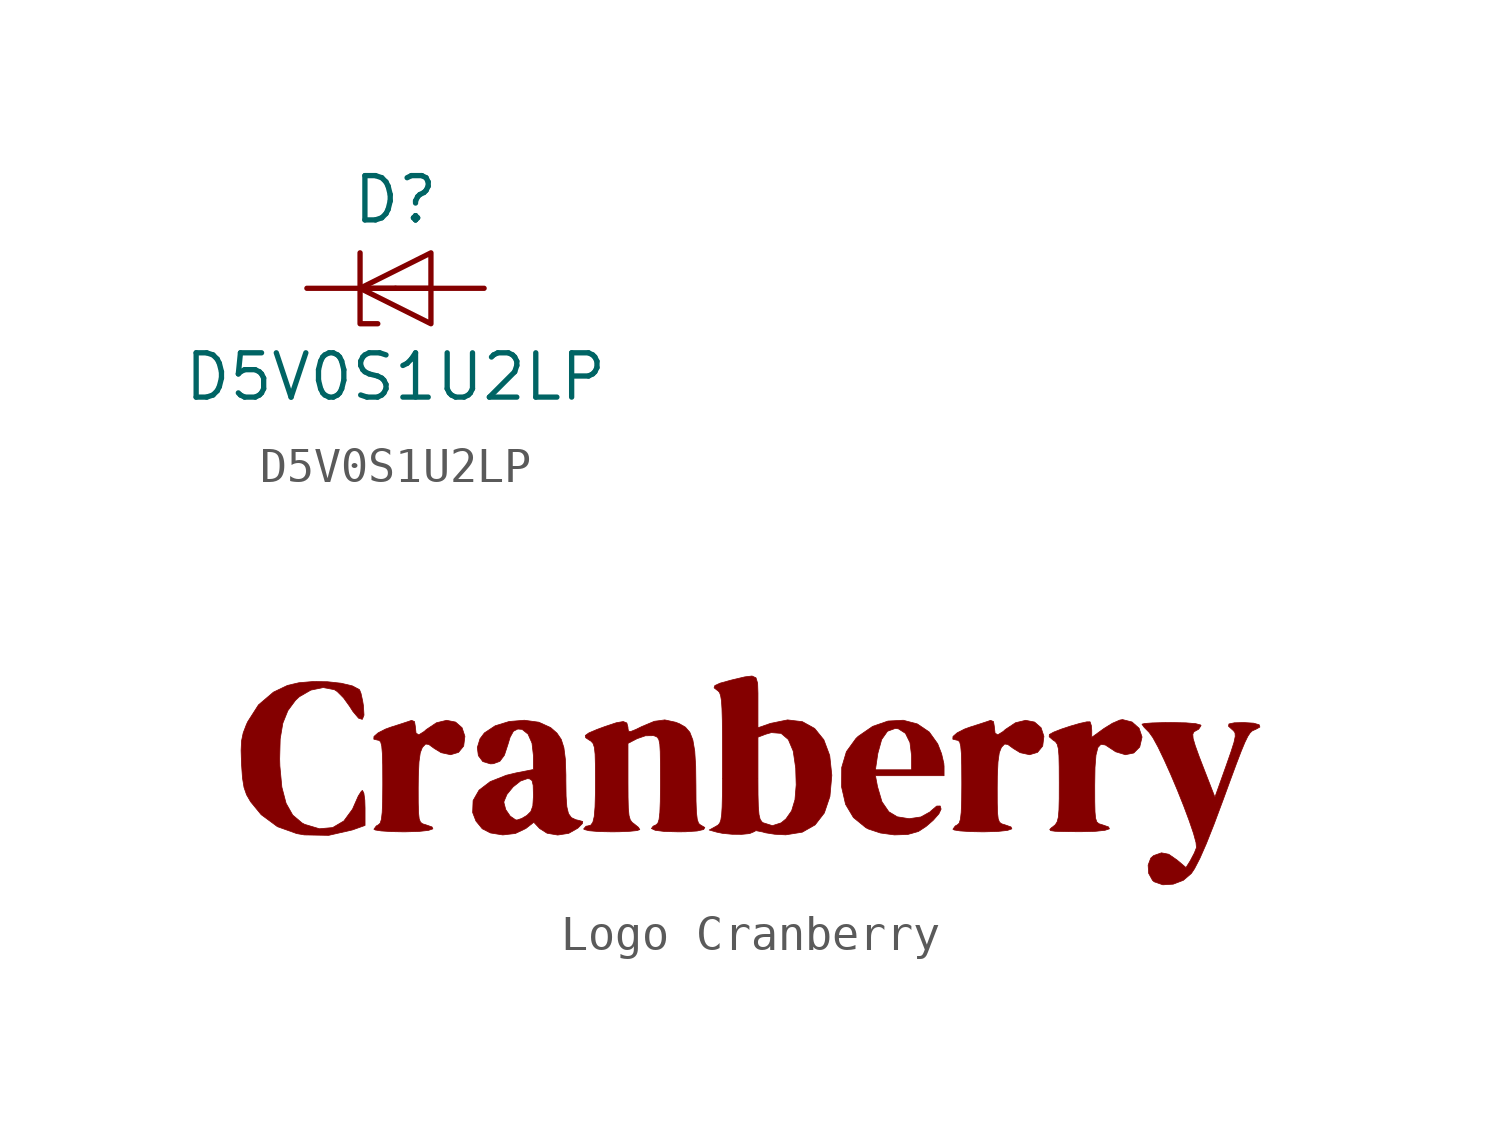
<source format=kicad_sym>
(kicad_symbol_lib
  (version 20231120)
  (generator "kicad_symbol_editor")
  (generator_version "8.0")
  (symbol "D5V0S1U2LP"
    (pin_numbers hide)
    (pin_names hide)
    (property "Reference" "D"
      (at 0 2.54 0)
      (effects (font (size 1.27 1.27))))
    (property "Value" "D5V0S1U2LP"
      (at 0 -2.54 0)
      (effects (font (size 1.27 1.27))))
    (symbol "D5V0S1U2LP_0_1"
      (polyline (pts (xy -1.016 0) (xy 1.016 0)) (stroke (width 0) (type default)) (fill (type none)))
      (polyline (pts (xy -1.016 1.016) (xy -1.016 -1.016) (xy -0.508 -1.016)) (stroke (width 0) (type default)) (fill (type none)))
      (polyline (pts (xy 1.016 1.016) (xy -1.016 0) (xy 1.016 -1.016) (xy 1.016 1.016)) (stroke (width 0) (type default)) (fill (type none))))
    (symbol "D5V0S1U2LP_1_1"
      (pin passive line (at -2.54 0 0) (length 2.54) (name "K1" (effects (font (size 1.27 1.27)))) (number "1" (effects (font (size 1.27 1.27)))))
      (pin passive line (at 2.54 0 180) (length 2.54) (name "A" (effects (font (size 1.27 1.27)))) (number "2" (effects (font (size 1.27 1.27)))))))
  (symbol "Logo Cranberry"
    (pin_names
      (offset 1.016))
    (property "Reference" "#G"
      (at 0 3.598 0)
      (effects (font (size 1.27 1.27)) (hide yes)))
    (symbol "Logo Cranberry_0_0"
      (polyline (pts (xy 4.551 -1.768) (xy 4.853 -1.683) (xy 5.069 -1.542) (xy 5.28 -1.359) (xy 5.44 -1.177) (xy 5.503 -1.042) (xy 5.478 -0.952) (xy 5.376 -0.955) (xy 5.215 -1.092) (xy 5.185 -1.122) (xy 4.923 -1.267) (xy 4.588 -1.317) (xy 4.246 -1.262) (xy 4.006 -1.118) (xy 3.808 -0.831) (xy 3.681 -0.399) (xy 3.622 -0.085) (xy 4.605 -0.085) (xy 5.588 -0.085) (xy 5.588 0.185) (xy 5.581 0.271) (xy 5.517 0.545) (xy 5.406 0.83) (xy 5.163 1.169) (xy 4.821 1.4) (xy 4.418 1.505) (xy 3.981 1.482) (xy 3.542 1.33) (xy 3.127 1.044) (xy 3.063 0.983) (xy 2.789 0.605) (xy 2.654 0.15) (xy 2.654 0.085) (xy 3.621 0.085) (xy 3.68 0.487) (xy 3.691 0.558) (xy 3.8 0.952) (xy 3.967 1.19) (xy 4.188 1.27) (xy 4.278 1.26) (xy 4.481 1.13) (xy 4.611 0.866) (xy 4.657 0.489) (xy 4.657 0.085) (xy 4.139 0.085) (xy 3.621 0.085) (xy 2.654 0.085) (xy 2.651 -0.399) (xy 2.653 -0.415) (xy 2.765 -0.905) (xy 2.99 -1.283) (xy 3.344 -1.573) (xy 3.418 -1.612) (xy 3.765 -1.727) (xy 4.165 -1.781) (xy 4.551 -1.768)) (stroke (width 0.01) (type default)) (fill (type outline)))
      (polyline (pts (xy -9.858 -1.693) (xy -9.458 -1.681) (xy -9.19 -1.652) (xy -9.063 -1.608) (xy -9.087 -1.553) (xy -9.271 -1.489) (xy -9.355 -1.464) (xy -9.417 -1.418) (xy -9.455 -1.322) (xy -9.474 -1.146) (xy -9.482 -0.862) (xy -9.483 -0.438) (xy -9.479 -0.089) (xy -9.461 0.311) (xy -9.424 0.574) (xy -9.367 0.719) (xy -9.351 0.74) (xy -9.269 0.824) (xy -9.178 0.81) (xy -9.017 0.692) (xy -8.826 0.576) (xy -8.554 0.517) (xy -8.328 0.584) (xy -8.18 0.765) (xy -8.145 1.045) (xy -8.226 1.29) (xy -8.413 1.453) (xy -8.669 1.503) (xy -8.96 1.433) (xy -9.251 1.239) (xy -9.313 1.183) (xy -9.466 1.087) (xy -9.545 1.136) (xy -9.567 1.335) (xy -9.589 1.467) (xy -9.673 1.502) (xy -9.767 1.469) (xy -9.987 1.397) (xy -10.266 1.308) (xy -10.418 1.253) (xy -10.632 1.144) (xy -10.751 1.04) (xy -10.756 0.962) (xy -10.626 0.931) (xy -10.605 0.929) (xy -10.56 0.885) (xy -10.529 0.768) (xy -10.511 0.556) (xy -10.501 0.222) (xy -10.499 -0.257) (xy -10.499 -0.36) (xy -10.503 -0.816) (xy -10.515 -1.132) (xy -10.538 -1.334) (xy -10.574 -1.446) (xy -10.626 -1.493) (xy -10.685 -1.525) (xy -10.753 -1.618) (xy -10.716 -1.64) (xy -10.543 -1.667) (xy -10.261 -1.686) (xy -9.906 -1.693) (xy -9.858 -1.693)) (stroke (width 0.01) (type default)) (fill (type outline)))
      (polyline (pts (xy 6.737 -1.693) (xy 7.137 -1.681) (xy 7.405 -1.652) (xy 7.531 -1.608) (xy 7.507 -1.553) (xy 7.324 -1.489) (xy 7.24 -1.464) (xy 7.178 -1.418) (xy 7.14 -1.322) (xy 7.12 -1.146) (xy 7.113 -0.862) (xy 7.112 -0.438) (xy 7.115 -0.089) (xy 7.134 0.311) (xy 7.171 0.574) (xy 7.228 0.719) (xy 7.243 0.74) (xy 7.325 0.824) (xy 7.417 0.81) (xy 7.578 0.692) (xy 7.768 0.576) (xy 8.04 0.517) (xy 8.267 0.584) (xy 8.415 0.765) (xy 8.45 1.045) (xy 8.369 1.29) (xy 8.182 1.453) (xy 7.926 1.503) (xy 7.635 1.433) (xy 7.343 1.239) (xy 7.282 1.183) (xy 7.128 1.087) (xy 7.05 1.136) (xy 7.027 1.335) (xy 7.005 1.467) (xy 6.921 1.502) (xy 6.828 1.469) (xy 6.607 1.397) (xy 6.329 1.308) (xy 6.176 1.253) (xy 5.963 1.144) (xy 5.844 1.04) (xy 5.839 0.962) (xy 5.969 0.931) (xy 5.989 0.929) (xy 6.035 0.885) (xy 6.065 0.768) (xy 6.084 0.556) (xy 6.093 0.222) (xy 6.096 -0.257) (xy 6.096 -0.36) (xy 6.092 -0.816) (xy 6.08 -1.132) (xy 6.057 -1.334) (xy 6.021 -1.446) (xy 5.969 -1.493) (xy 5.909 -1.525) (xy 5.842 -1.618) (xy 5.879 -1.64) (xy 6.051 -1.667) (xy 6.333 -1.686) (xy 6.689 -1.693) (xy 6.737 -1.693)) (stroke (width 0.01) (type default)) (fill (type outline)))
      (polyline (pts (xy 9.931 -1.678) (xy 10.2 -1.649) (xy 10.327 -1.607) (xy 10.303 -1.553) (xy 10.118 -1.489) (xy 10.109 -1.487) (xy 10.024 -1.46) (xy 9.966 -1.409) (xy 9.931 -1.306) (xy 9.914 -1.121) (xy 9.907 -0.826) (xy 9.906 -0.39) (xy 9.906 -0.357) (xy 9.914 0.152) (xy 9.942 0.506) (xy 9.997 0.723) (xy 10.083 0.815) (xy 10.209 0.797) (xy 10.38 0.685) (xy 10.507 0.601) (xy 10.785 0.517) (xy 11.027 0.567) (xy 11.196 0.738) (xy 11.261 1.017) (xy 11.261 1.03) (xy 11.178 1.276) (xy 10.976 1.455) (xy 10.704 1.524) (xy 10.625 1.51) (xy 10.412 1.418) (xy 10.173 1.27) (xy 9.821 1.015) (xy 9.821 1.213) (xy 9.811 1.345) (xy 9.773 1.46) (xy 9.678 1.459) (xy 9.475 1.414) (xy 9.216 1.339) (xy 8.95 1.251) (xy 8.73 1.165) (xy 8.606 1.097) (xy 8.602 1.031) (xy 8.712 0.936) (xy 8.779 0.892) (xy 8.83 0.82) (xy 8.863 0.695) (xy 8.881 0.488) (xy 8.888 0.17) (xy 8.89 -0.289) (xy 8.889 -0.747) (xy 8.881 -1.066) (xy 8.863 -1.276) (xy 8.829 -1.407) (xy 8.777 -1.489) (xy 8.7 -1.552) (xy 8.668 -1.574) (xy 8.617 -1.625) (xy 8.643 -1.658) (xy 8.771 -1.677) (xy 9.022 -1.685) (xy 9.419 -1.689) (xy 9.528 -1.689) (xy 9.931 -1.678)) (stroke (width 0.01) (type default)) (fill (type outline)))
      (polyline (pts (xy -11.367 -1.638) (xy -11.007 -1.51) (xy -11.007 -1.009) (xy -11.014 -0.784) (xy -11.041 -0.585) (xy -11.08 -0.508) (xy -11.112 -0.529) (xy -11.2 -0.666) (xy -11.298 -0.888) (xy -11.366 -1.043) (xy -11.615 -1.382) (xy -11.935 -1.571) (xy -12.314 -1.605) (xy -12.737 -1.479) (xy -12.812 -1.439) (xy -13.08 -1.212) (xy -13.27 -0.875) (xy -13.391 -0.412) (xy -13.448 0.194) (xy -13.454 0.395) (xy -13.439 0.969) (xy -13.363 1.421) (xy -13.219 1.78) (xy -13.001 2.075) (xy -12.89 2.179) (xy -12.56 2.369) (xy -12.208 2.442) (xy -11.888 2.382) (xy -11.805 2.329) (xy -11.623 2.146) (xy -11.45 1.906) (xy -11.352 1.753) (xy -11.192 1.564) (xy -11.085 1.53) (xy -11.037 1.651) (xy -11.054 1.926) (xy -11.075 2.056) (xy -11.122 2.272) (xy -11.165 2.38) (xy -11.165 2.381) (xy -11.368 2.489) (xy -11.691 2.566) (xy -12.085 2.609) (xy -12.505 2.614) (xy -12.902 2.58) (xy -13.229 2.504) (xy -13.632 2.311) (xy -14.061 1.946) (xy -14.371 1.461) (xy -14.409 1.378) (xy -14.499 1.142) (xy -14.546 0.915) (xy -14.559 0.639) (xy -14.547 0.254) (xy -14.546 0.233) (xy -14.519 -0.152) (xy -14.475 -0.423) (xy -14.402 -0.632) (xy -14.286 -0.832) (xy -13.984 -1.201) (xy -13.518 -1.545) (xy -12.966 -1.743) (xy -12.748 -1.781) (xy -12.05 -1.794) (xy -11.367 -1.638)) (stroke (width 0.01) (type default)) (fill (type outline)))
      (polyline (pts (xy 12.155 -3.193) (xy 12.447 -3.082) (xy 12.676 -2.886) (xy 12.767 -2.749) (xy 12.92 -2.454) (xy 13.105 -2.033) (xy 13.327 -1.473) (xy 13.592 -0.762) (xy 13.787 -0.228) (xy 13.966 0.256) (xy 14.104 0.616) (xy 14.21 0.871) (xy 14.293 1.041) (xy 14.361 1.144) (xy 14.422 1.201) (xy 14.486 1.23) (xy 14.507 1.237) (xy 14.64 1.31) (xy 14.62 1.375) (xy 14.462 1.421) (xy 14.182 1.439) (xy 13.909 1.432) (xy 13.753 1.399) (xy 13.74 1.334) (xy 13.858 1.227) (xy 13.882 1.208) (xy 13.927 1.145) (xy 13.934 1.044) (xy 13.899 0.875) (xy 13.814 0.607) (xy 13.676 0.211) (xy 13.351 -0.7) (xy 13.026 0.137) (xy 12.899 0.466) (xy 12.786 0.78) (xy 12.726 0.984) (xy 12.717 1.107) (xy 12.752 1.175) (xy 12.827 1.216) (xy 12.886 1.249) (xy 12.954 1.352) (xy 12.942 1.369) (xy 12.801 1.407) (xy 12.517 1.431) (xy 12.107 1.439) (xy 11.861 1.437) (xy 11.552 1.428) (xy 11.339 1.412) (xy 11.261 1.393) (xy 11.261 1.39) (xy 11.324 1.301) (xy 11.463 1.16) (xy 11.465 1.158) (xy 11.573 1.007) (xy 11.722 0.735) (xy 11.896 0.372) (xy 12.086 -0.051) (xy 12.277 -0.503) (xy 12.457 -0.954) (xy 12.614 -1.375) (xy 12.736 -1.733) (xy 12.809 -2) (xy 12.822 -2.145) (xy 12.761 -2.3) (xy 12.644 -2.523) (xy 12.522 -2.717) (xy 12.266 -2.501) (xy 12.028 -2.336) (xy 11.819 -2.295) (xy 11.594 -2.374) (xy 11.513 -2.445) (xy 11.437 -2.647) (xy 11.452 -2.883) (xy 11.563 -3.084) (xy 11.611 -3.125) (xy 11.857 -3.211) (xy 12.155 -3.193)) (stroke (width 0.01) (type default)) (fill (type outline)))
      (polyline (pts (xy 1.057 -1.778) (xy 1.525 -1.703) (xy 1.893 -1.494) (xy 2.157 -1.152) (xy 2.317 -0.679) (xy 2.371 -0.078) (xy 2.371 -0.068) (xy 2.311 0.495) (xy 2.143 0.944) (xy 1.879 1.27) (xy 1.528 1.464) (xy 1.103 1.515) (xy 0.614 1.415) (xy 0.254 1.29) (xy 0.254 2.042) (xy 0.254 2.28) (xy 0.245 2.565) (xy 0.198 2.721) (xy 0.085 2.773) (xy -0.122 2.748) (xy -0.453 2.67) (xy -0.526 2.652) (xy -0.828 2.569) (xy -0.981 2.5) (xy -1.003 2.434) (xy -0.909 2.36) (xy -0.896 2.352) (xy -0.85 2.304) (xy -0.817 2.216) (xy -0.792 2.067) (xy -0.777 1.834) (xy -0.767 1.497) (xy -0.763 1.033) (xy -0.762 0.422) (xy -0.762 0.405) (xy -0.762 -0.163) (xy 0.254 -0.163) (xy 0.254 1.02) (xy 0.477 1.105) (xy 0.639 1.151) (xy 0.917 1.129) (xy 1.125 0.952) (xy 1.265 0.62) (xy 1.336 0.134) (xy 1.35 -0.346) (xy 1.315 -0.774) (xy 1.219 -1.091) (xy 1.057 -1.322) (xy 0.919 -1.436) (xy 0.669 -1.516) (xy 0.402 -1.433) (xy 0.365 -1.405) (xy 0.316 -1.33) (xy 0.284 -1.196) (xy 0.265 -0.975) (xy 0.256 -0.64) (xy 0.254 -0.163) (xy -0.762 -0.163) (xy -0.762 -0.197) (xy -0.765 -0.652) (xy -0.773 -0.982) (xy -0.787 -1.21) (xy -0.81 -1.357) (xy -0.843 -1.446) (xy -0.89 -1.499) (xy -0.953 -1.537) (xy -1.143 -1.641) (xy -0.931 -1.701) (xy -0.763 -1.736) (xy -0.486 -1.763) (xy -0.208 -1.765) (xy 0.014 -1.743) (xy 0.125 -1.697) (xy 0.196 -1.659) (xy 0.39 -1.697) (xy 0.473 -1.721) (xy 0.734 -1.762) (xy 1.033 -1.778) (xy 1.057 -1.778)) (stroke (width 0.01) (type default)) (fill (type outline)))
      (polyline (pts (xy -5.169 -1.736) (xy -4.908 -1.588) (xy -4.906 -1.586) (xy -4.777 -1.457) (xy -4.768 -1.397) (xy -4.871 -1.367) (xy -4.965 -1.346) (xy -5.093 -1.286) (xy -5.176 -1.172) (xy -5.223 -0.977) (xy -5.245 -0.67) (xy -5.251 -0.222) (xy -5.251 -0.064) (xy -5.266 0.39) (xy -5.308 0.72) (xy -5.384 0.957) (xy -5.507 1.137) (xy -5.684 1.292) (xy -5.691 1.297) (xy -6.027 1.449) (xy -6.441 1.505) (xy -6.877 1.469) (xy -7.278 1.346) (xy -7.587 1.141) (xy -7.712 0.974) (xy -7.789 0.723) (xy -7.759 0.491) (xy -7.631 0.32) (xy -7.413 0.255) (xy -7.326 0.26) (xy -7.142 0.329) (xy -7.013 0.502) (xy -6.911 0.813) (xy -6.849 1.018) (xy -6.754 1.19) (xy -6.628 1.254) (xy -6.505 1.243) (xy -6.335 1.107) (xy -6.222 0.849) (xy -6.181 0.493) (xy -6.181 0.093) (xy -6.682 -0.005) (xy -6.96 -0.072) (xy -7.421 -0.255) (xy -7.74 -0.499) (xy -7.91 -0.796) (xy -7.912 -0.855) (xy -7.027 -0.855) (xy -7.025 -0.825) (xy -6.939 -0.619) (xy -6.763 -0.405) (xy -6.551 -0.237) (xy -6.356 -0.169) (xy -6.292 -0.174) (xy -6.22 -0.225) (xy -6.188 -0.363) (xy -6.181 -0.63) (xy -6.181 -0.68) (xy -6.198 -0.949) (xy -6.255 -1.111) (xy -6.369 -1.223) (xy -6.516 -1.31) (xy -6.652 -1.355) (xy -6.692 -1.349) (xy -6.845 -1.244) (xy -6.974 -1.057) (xy -7.027 -0.855) (xy -7.912 -0.855) (xy -7.923 -1.139) (xy -7.829 -1.383) (xy -7.648 -1.605) (xy -7.414 -1.725) (xy -7.059 -1.782) (xy -6.697 -1.74) (xy -6.399 -1.598) (xy -6.17 -1.419) (xy -6.003 -1.598) (xy -5.79 -1.733) (xy -5.485 -1.785) (xy -5.169 -1.736)) (stroke (width 0.01) (type default)) (fill (type outline)))
      (polyline (pts (xy -1.821 -1.691) (xy -1.489 -1.669) (xy -1.302 -1.627) (xy -1.269 -1.568) (xy -1.397 -1.493) (xy -1.447 -1.45) (xy -1.485 -1.339) (xy -1.509 -1.137) (xy -1.521 -0.817) (xy -1.524 -0.354) (xy -1.531 0.185) (xy -1.558 0.623) (xy -1.612 0.94) (xy -1.698 1.16) (xy -1.825 1.307) (xy -1.998 1.406) (xy -2.109 1.449) (xy -2.416 1.515) (xy -2.716 1.475) (xy -3.076 1.324) (xy -3.242 1.242) (xy -3.394 1.181) (xy -3.458 1.194) (xy -3.471 1.276) (xy -3.472 1.308) (xy -3.504 1.427) (xy -3.606 1.468) (xy -3.804 1.434) (xy -4.128 1.326) (xy -4.359 1.241) (xy -4.592 1.142) (xy -4.695 1.069) (xy -4.684 1.005) (xy -4.579 0.935) (xy -4.529 0.904) (xy -4.471 0.839) (xy -4.434 0.725) (xy -4.413 0.533) (xy -4.405 0.232) (xy -4.403 -0.208) (xy -4.404 -0.579) (xy -4.415 -0.981) (xy -4.438 -1.253) (xy -4.478 -1.419) (xy -4.538 -1.502) (xy -4.623 -1.524) (xy -4.673 -1.532) (xy -4.741 -1.609) (xy -4.729 -1.625) (xy -4.589 -1.661) (xy -4.316 -1.685) (xy -3.937 -1.693) (xy -3.729 -1.691) (xy -3.422 -1.678) (xy -3.211 -1.657) (xy -3.133 -1.629) (xy -3.17 -1.565) (xy -3.302 -1.459) (xy -3.351 -1.423) (xy -3.405 -1.35) (xy -3.441 -1.226) (xy -3.461 -1.022) (xy -3.469 -0.709) (xy -3.471 -0.255) (xy -3.471 0.842) (xy -3.208 0.978) (xy -2.971 1.06) (xy -2.743 1.064) (xy -2.694 1.05) (xy -2.629 1.018) (xy -2.586 0.949) (xy -2.559 0.818) (xy -2.546 0.598) (xy -2.541 0.263) (xy -2.54 -0.216) (xy -2.54 -0.378) (xy -2.545 -0.827) (xy -2.557 -1.138) (xy -2.58 -1.337) (xy -2.616 -1.447) (xy -2.667 -1.493) (xy -2.75 -1.531) (xy -2.799 -1.598) (xy -2.69 -1.649) (xy -2.432 -1.682) (xy -2.032 -1.693) (xy -1.821 -1.691)) (stroke (width 0.01) (type default)) (fill (type outline))))))
</source>
